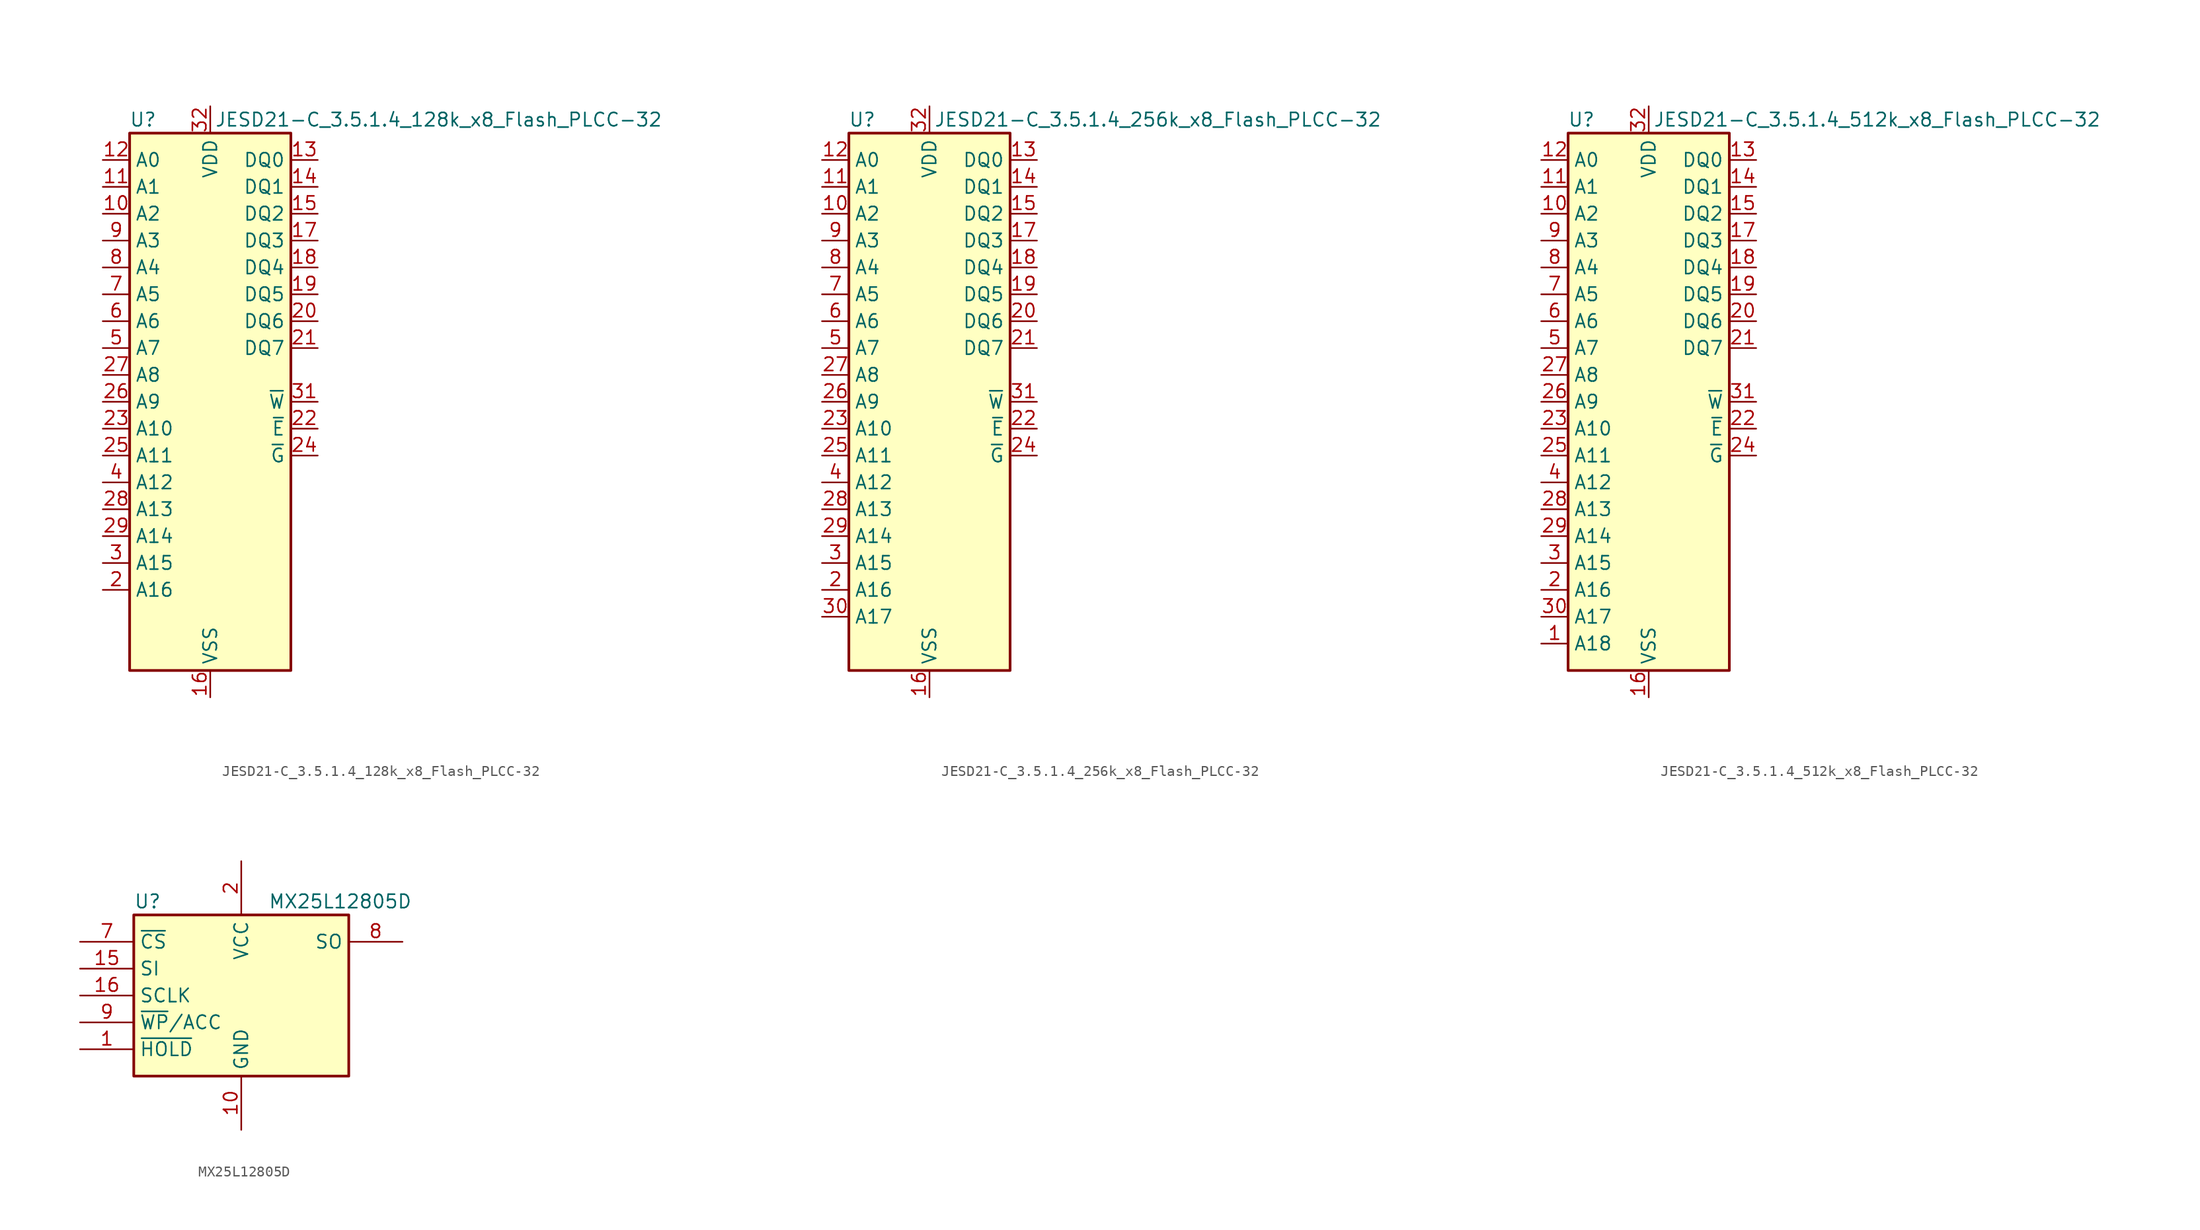
<source format=kicad_sym>
(kicad_symbol_lib
  (version 20241209)
  (generator "kicad_symbol_editor")
  (generator_version "9.0")
  (symbol "JESD21-C_3.5.1.4_128k_x8_Flash_PLCC-32"
    (property "Reference" "U"
      (at -6.35 26.67 0)
      (effects (font (size 1.27 1.27))))
    (property "Value" "JESD21-C_3.5.1.4_128k_x8_Flash_PLCC-32"
      (at 21.59 26.67 0)
      (effects (font (size 1.27 1.27))))
    (symbol "JESD21-C_3.5.1.4_128k_x8_Flash_PLCC-32_0_1"
      (rectangle (start -7.62 25.4) (end 7.62 -25.4) (stroke (width 0.254) (type default)) (fill (type background))))
    (symbol "JESD21-C_3.5.1.4_128k_x8_Flash_PLCC-32_1_1"
      (pin input line (at -10.16 22.86 0) (length 2.54) (name "A0" (effects (font (size 1.27 1.27)))) (number "12" (effects (font (size 1.27 1.27)))))
      (pin input line (at -10.16 20.32 0) (length 2.54) (name "A1" (effects (font (size 1.27 1.27)))) (number "11" (effects (font (size 1.27 1.27)))))
      (pin input line (at -10.16 17.78 0) (length 2.54) (name "A2" (effects (font (size 1.27 1.27)))) (number "10" (effects (font (size 1.27 1.27)))))
      (pin input line (at -10.16 15.24 0) (length 2.54) (name "A3" (effects (font (size 1.27 1.27)))) (number "9" (effects (font (size 1.27 1.27)))))
      (pin input line (at -10.16 12.7 0) (length 2.54) (name "A4" (effects (font (size 1.27 1.27)))) (number "8" (effects (font (size 1.27 1.27)))))
      (pin input line (at -10.16 10.16 0) (length 2.54) (name "A5" (effects (font (size 1.27 1.27)))) (number "7" (effects (font (size 1.27 1.27)))))
      (pin input line (at -10.16 7.62 0) (length 2.54) (name "A6" (effects (font (size 1.27 1.27)))) (number "6" (effects (font (size 1.27 1.27)))))
      (pin input line (at -10.16 5.08 0) (length 2.54) (name "A7" (effects (font (size 1.27 1.27)))) (number "5" (effects (font (size 1.27 1.27)))))
      (pin input line (at -10.16 2.54 0) (length 2.54) (name "A8" (effects (font (size 1.27 1.27)))) (number "27" (effects (font (size 1.27 1.27)))))
      (pin input line (at -10.16 0 0) (length 2.54) (name "A9" (effects (font (size 1.27 1.27)))) (number "26" (effects (font (size 1.27 1.27)))))
      (pin input line (at -10.16 -2.54 0) (length 2.54) (name "A10" (effects (font (size 1.27 1.27)))) (number "23" (effects (font (size 1.27 1.27)))))
      (pin input line (at -10.16 -5.08 0) (length 2.54) (name "A11" (effects (font (size 1.27 1.27)))) (number "25" (effects (font (size 1.27 1.27)))))
      (pin input line (at -10.16 -7.62 0) (length 2.54) (name "A12" (effects (font (size 1.27 1.27)))) (number "4" (effects (font (size 1.27 1.27)))))
      (pin input line (at -10.16 -10.16 0) (length 2.54) (name "A13" (effects (font (size 1.27 1.27)))) (number "28" (effects (font (size 1.27 1.27)))))
      (pin input line (at -10.16 -12.7 0) (length 2.54) (name "A14" (effects (font (size 1.27 1.27)))) (number "29" (effects (font (size 1.27 1.27)))))
      (pin input line (at -10.16 -15.24 0) (length 2.54) (name "A15" (effects (font (size 1.27 1.27)))) (number "3" (effects (font (size 1.27 1.27)))))
      (pin input line (at -10.16 -17.78 0) (length 2.54) (name "A16" (effects (font (size 1.27 1.27)))) (number "2" (effects (font (size 1.27 1.27)))))
      (pin no_connect line (at -7.62 -20.32 0) (length 2.54) (hide yes) (name "NC" (effects (font (size 1.27 1.27)))) (number "30" (effects (font (size 1.27 1.27)))))
      (pin no_connect line (at -7.62 -22.86 0) (length 2.54) (hide yes) (name "NC" (effects (font (size 1.27 1.27)))) (number "1" (effects (font (size 1.27 1.27)))))
      (pin power_in line (at 0 27.94 270) (length 2.54) (name "VDD" (effects (font (size 1.27 1.27)))) (number "32" (effects (font (size 1.27 1.27)))))
      (pin power_in line (at 0 -27.94 90) (length 2.54) (name "VSS" (effects (font (size 1.27 1.27)))) (number "16" (effects (font (size 1.27 1.27)))))
      (pin bidirectional line (at 10.16 22.86 180) (length 2.54) (name "DQ0" (effects (font (size 1.27 1.27)))) (number "13" (effects (font (size 1.27 1.27)))))
      (pin bidirectional line (at 10.16 20.32 180) (length 2.54) (name "DQ1" (effects (font (size 1.27 1.27)))) (number "14" (effects (font (size 1.27 1.27)))))
      (pin bidirectional line (at 10.16 17.78 180) (length 2.54) (name "DQ2" (effects (font (size 1.27 1.27)))) (number "15" (effects (font (size 1.27 1.27)))))
      (pin bidirectional line (at 10.16 15.24 180) (length 2.54) (name "DQ3" (effects (font (size 1.27 1.27)))) (number "17" (effects (font (size 1.27 1.27)))))
      (pin bidirectional line (at 10.16 12.7 180) (length 2.54) (name "DQ4" (effects (font (size 1.27 1.27)))) (number "18" (effects (font (size 1.27 1.27)))))
      (pin bidirectional line (at 10.16 10.16 180) (length 2.54) (name "DQ5" (effects (font (size 1.27 1.27)))) (number "19" (effects (font (size 1.27 1.27)))))
      (pin bidirectional line (at 10.16 7.62 180) (length 2.54) (name "DQ6" (effects (font (size 1.27 1.27)))) (number "20" (effects (font (size 1.27 1.27)))))
      (pin bidirectional line (at 10.16 5.08 180) (length 2.54) (name "DQ7" (effects (font (size 1.27 1.27)))) (number "21" (effects (font (size 1.27 1.27)))))
      (pin input line (at 10.16 0 180) (length 2.54) (name "~{W}" (effects (font (size 1.27 1.27)))) (number "31" (effects (font (size 1.27 1.27)))))
      (pin input line (at 10.16 -2.54 180) (length 2.54) (name "~{E}" (effects (font (size 1.27 1.27)))) (number "22" (effects (font (size 1.27 1.27)))))
      (pin input line (at 10.16 -5.08 180) (length 2.54) (name "~{G}" (effects (font (size 1.27 1.27)))) (number "24" (effects (font (size 1.27 1.27)))))))
  (symbol "JESD21-C_3.5.1.4_256k_x8_Flash_PLCC-32"
    (property "Reference" "U"
      (at -6.35 26.67 0)
      (effects (font (size 1.27 1.27))))
    (property "Value" "JESD21-C_3.5.1.4_256k_x8_Flash_PLCC-32"
      (at 21.59 26.67 0)
      (effects (font (size 1.27 1.27))))
    (symbol "JESD21-C_3.5.1.4_256k_x8_Flash_PLCC-32_0_1"
      (rectangle (start -7.62 25.4) (end 7.62 -25.4) (stroke (width 0.254) (type default)) (fill (type background))))
    (symbol "JESD21-C_3.5.1.4_256k_x8_Flash_PLCC-32_1_1"
      (pin input line (at -10.16 22.86 0) (length 2.54) (name "A0" (effects (font (size 1.27 1.27)))) (number "12" (effects (font (size 1.27 1.27)))))
      (pin input line (at -10.16 20.32 0) (length 2.54) (name "A1" (effects (font (size 1.27 1.27)))) (number "11" (effects (font (size 1.27 1.27)))))
      (pin input line (at -10.16 17.78 0) (length 2.54) (name "A2" (effects (font (size 1.27 1.27)))) (number "10" (effects (font (size 1.27 1.27)))))
      (pin input line (at -10.16 15.24 0) (length 2.54) (name "A3" (effects (font (size 1.27 1.27)))) (number "9" (effects (font (size 1.27 1.27)))))
      (pin input line (at -10.16 12.7 0) (length 2.54) (name "A4" (effects (font (size 1.27 1.27)))) (number "8" (effects (font (size 1.27 1.27)))))
      (pin input line (at -10.16 10.16 0) (length 2.54) (name "A5" (effects (font (size 1.27 1.27)))) (number "7" (effects (font (size 1.27 1.27)))))
      (pin input line (at -10.16 7.62 0) (length 2.54) (name "A6" (effects (font (size 1.27 1.27)))) (number "6" (effects (font (size 1.27 1.27)))))
      (pin input line (at -10.16 5.08 0) (length 2.54) (name "A7" (effects (font (size 1.27 1.27)))) (number "5" (effects (font (size 1.27 1.27)))))
      (pin input line (at -10.16 2.54 0) (length 2.54) (name "A8" (effects (font (size 1.27 1.27)))) (number "27" (effects (font (size 1.27 1.27)))))
      (pin input line (at -10.16 0 0) (length 2.54) (name "A9" (effects (font (size 1.27 1.27)))) (number "26" (effects (font (size 1.27 1.27)))))
      (pin input line (at -10.16 -2.54 0) (length 2.54) (name "A10" (effects (font (size 1.27 1.27)))) (number "23" (effects (font (size 1.27 1.27)))))
      (pin input line (at -10.16 -5.08 0) (length 2.54) (name "A11" (effects (font (size 1.27 1.27)))) (number "25" (effects (font (size 1.27 1.27)))))
      (pin input line (at -10.16 -7.62 0) (length 2.54) (name "A12" (effects (font (size 1.27 1.27)))) (number "4" (effects (font (size 1.27 1.27)))))
      (pin input line (at -10.16 -10.16 0) (length 2.54) (name "A13" (effects (font (size 1.27 1.27)))) (number "28" (effects (font (size 1.27 1.27)))))
      (pin input line (at -10.16 -12.7 0) (length 2.54) (name "A14" (effects (font (size 1.27 1.27)))) (number "29" (effects (font (size 1.27 1.27)))))
      (pin input line (at -10.16 -15.24 0) (length 2.54) (name "A15" (effects (font (size 1.27 1.27)))) (number "3" (effects (font (size 1.27 1.27)))))
      (pin input line (at -10.16 -17.78 0) (length 2.54) (name "A16" (effects (font (size 1.27 1.27)))) (number "2" (effects (font (size 1.27 1.27)))))
      (pin input line (at -10.16 -20.32 0) (length 2.54) (name "A17" (effects (font (size 1.27 1.27)))) (number "30" (effects (font (size 1.27 1.27)))))
      (pin no_connect line (at -7.62 -22.86 0) (length 2.54) (hide yes) (name "NC" (effects (font (size 1.27 1.27)))) (number "1" (effects (font (size 1.27 1.27)))))
      (pin power_in line (at 0 27.94 270) (length 2.54) (name "VDD" (effects (font (size 1.27 1.27)))) (number "32" (effects (font (size 1.27 1.27)))))
      (pin power_in line (at 0 -27.94 90) (length 2.54) (name "VSS" (effects (font (size 1.27 1.27)))) (number "16" (effects (font (size 1.27 1.27)))))
      (pin bidirectional line (at 10.16 22.86 180) (length 2.54) (name "DQ0" (effects (font (size 1.27 1.27)))) (number "13" (effects (font (size 1.27 1.27)))))
      (pin bidirectional line (at 10.16 20.32 180) (length 2.54) (name "DQ1" (effects (font (size 1.27 1.27)))) (number "14" (effects (font (size 1.27 1.27)))))
      (pin bidirectional line (at 10.16 17.78 180) (length 2.54) (name "DQ2" (effects (font (size 1.27 1.27)))) (number "15" (effects (font (size 1.27 1.27)))))
      (pin bidirectional line (at 10.16 15.24 180) (length 2.54) (name "DQ3" (effects (font (size 1.27 1.27)))) (number "17" (effects (font (size 1.27 1.27)))))
      (pin bidirectional line (at 10.16 12.7 180) (length 2.54) (name "DQ4" (effects (font (size 1.27 1.27)))) (number "18" (effects (font (size 1.27 1.27)))))
      (pin bidirectional line (at 10.16 10.16 180) (length 2.54) (name "DQ5" (effects (font (size 1.27 1.27)))) (number "19" (effects (font (size 1.27 1.27)))))
      (pin bidirectional line (at 10.16 7.62 180) (length 2.54) (name "DQ6" (effects (font (size 1.27 1.27)))) (number "20" (effects (font (size 1.27 1.27)))))
      (pin bidirectional line (at 10.16 5.08 180) (length 2.54) (name "DQ7" (effects (font (size 1.27 1.27)))) (number "21" (effects (font (size 1.27 1.27)))))
      (pin input line (at 10.16 0 180) (length 2.54) (name "~{W}" (effects (font (size 1.27 1.27)))) (number "31" (effects (font (size 1.27 1.27)))))
      (pin input line (at 10.16 -2.54 180) (length 2.54) (name "~{E}" (effects (font (size 1.27 1.27)))) (number "22" (effects (font (size 1.27 1.27)))))
      (pin input line (at 10.16 -5.08 180) (length 2.54) (name "~{G}" (effects (font (size 1.27 1.27)))) (number "24" (effects (font (size 1.27 1.27)))))))
  (symbol "JESD21-C_3.5.1.4_512k_x8_Flash_PLCC-32"
    (property "Reference" "U"
      (at -6.35 26.67 0)
      (effects (font (size 1.27 1.27))))
    (property "Value" "JESD21-C_3.5.1.4_512k_x8_Flash_PLCC-32"
      (at 21.59 26.67 0)
      (effects (font (size 1.27 1.27))))
    (symbol "JESD21-C_3.5.1.4_512k_x8_Flash_PLCC-32_0_1"
      (rectangle (start -7.62 25.4) (end 7.62 -25.4) (stroke (width 0.254) (type default)) (fill (type background))))
    (symbol "JESD21-C_3.5.1.4_512k_x8_Flash_PLCC-32_1_1"
      (pin input line (at -10.16 22.86 0) (length 2.54) (name "A0" (effects (font (size 1.27 1.27)))) (number "12" (effects (font (size 1.27 1.27)))))
      (pin input line (at -10.16 20.32 0) (length 2.54) (name "A1" (effects (font (size 1.27 1.27)))) (number "11" (effects (font (size 1.27 1.27)))))
      (pin input line (at -10.16 17.78 0) (length 2.54) (name "A2" (effects (font (size 1.27 1.27)))) (number "10" (effects (font (size 1.27 1.27)))))
      (pin input line (at -10.16 15.24 0) (length 2.54) (name "A3" (effects (font (size 1.27 1.27)))) (number "9" (effects (font (size 1.27 1.27)))))
      (pin input line (at -10.16 12.7 0) (length 2.54) (name "A4" (effects (font (size 1.27 1.27)))) (number "8" (effects (font (size 1.27 1.27)))))
      (pin input line (at -10.16 10.16 0) (length 2.54) (name "A5" (effects (font (size 1.27 1.27)))) (number "7" (effects (font (size 1.27 1.27)))))
      (pin input line (at -10.16 7.62 0) (length 2.54) (name "A6" (effects (font (size 1.27 1.27)))) (number "6" (effects (font (size 1.27 1.27)))))
      (pin input line (at -10.16 5.08 0) (length 2.54) (name "A7" (effects (font (size 1.27 1.27)))) (number "5" (effects (font (size 1.27 1.27)))))
      (pin input line (at -10.16 2.54 0) (length 2.54) (name "A8" (effects (font (size 1.27 1.27)))) (number "27" (effects (font (size 1.27 1.27)))))
      (pin input line (at -10.16 0 0) (length 2.54) (name "A9" (effects (font (size 1.27 1.27)))) (number "26" (effects (font (size 1.27 1.27)))))
      (pin input line (at -10.16 -2.54 0) (length 2.54) (name "A10" (effects (font (size 1.27 1.27)))) (number "23" (effects (font (size 1.27 1.27)))))
      (pin input line (at -10.16 -5.08 0) (length 2.54) (name "A11" (effects (font (size 1.27 1.27)))) (number "25" (effects (font (size 1.27 1.27)))))
      (pin input line (at -10.16 -7.62 0) (length 2.54) (name "A12" (effects (font (size 1.27 1.27)))) (number "4" (effects (font (size 1.27 1.27)))))
      (pin input line (at -10.16 -10.16 0) (length 2.54) (name "A13" (effects (font (size 1.27 1.27)))) (number "28" (effects (font (size 1.27 1.27)))))
      (pin input line (at -10.16 -12.7 0) (length 2.54) (name "A14" (effects (font (size 1.27 1.27)))) (number "29" (effects (font (size 1.27 1.27)))))
      (pin input line (at -10.16 -15.24 0) (length 2.54) (name "A15" (effects (font (size 1.27 1.27)))) (number "3" (effects (font (size 1.27 1.27)))))
      (pin input line (at -10.16 -17.78 0) (length 2.54) (name "A16" (effects (font (size 1.27 1.27)))) (number "2" (effects (font (size 1.27 1.27)))))
      (pin input line (at -10.16 -20.32 0) (length 2.54) (name "A17" (effects (font (size 1.27 1.27)))) (number "30" (effects (font (size 1.27 1.27)))))
      (pin input line (at -10.16 -22.86 0) (length 2.54) (name "A18" (effects (font (size 1.27 1.27)))) (number "1" (effects (font (size 1.27 1.27)))))
      (pin power_in line (at 0 27.94 270) (length 2.54) (name "VDD" (effects (font (size 1.27 1.27)))) (number "32" (effects (font (size 1.27 1.27)))))
      (pin power_in line (at 0 -27.94 90) (length 2.54) (name "VSS" (effects (font (size 1.27 1.27)))) (number "16" (effects (font (size 1.27 1.27)))))
      (pin bidirectional line (at 10.16 22.86 180) (length 2.54) (name "DQ0" (effects (font (size 1.27 1.27)))) (number "13" (effects (font (size 1.27 1.27)))))
      (pin bidirectional line (at 10.16 20.32 180) (length 2.54) (name "DQ1" (effects (font (size 1.27 1.27)))) (number "14" (effects (font (size 1.27 1.27)))))
      (pin bidirectional line (at 10.16 17.78 180) (length 2.54) (name "DQ2" (effects (font (size 1.27 1.27)))) (number "15" (effects (font (size 1.27 1.27)))))
      (pin bidirectional line (at 10.16 15.24 180) (length 2.54) (name "DQ3" (effects (font (size 1.27 1.27)))) (number "17" (effects (font (size 1.27 1.27)))))
      (pin bidirectional line (at 10.16 12.7 180) (length 2.54) (name "DQ4" (effects (font (size 1.27 1.27)))) (number "18" (effects (font (size 1.27 1.27)))))
      (pin bidirectional line (at 10.16 10.16 180) (length 2.54) (name "DQ5" (effects (font (size 1.27 1.27)))) (number "19" (effects (font (size 1.27 1.27)))))
      (pin bidirectional line (at 10.16 7.62 180) (length 2.54) (name "DQ6" (effects (font (size 1.27 1.27)))) (number "20" (effects (font (size 1.27 1.27)))))
      (pin bidirectional line (at 10.16 5.08 180) (length 2.54) (name "DQ7" (effects (font (size 1.27 1.27)))) (number "21" (effects (font (size 1.27 1.27)))))
      (pin input line (at 10.16 0 180) (length 2.54) (name "~{W}" (effects (font (size 1.27 1.27)))) (number "31" (effects (font (size 1.27 1.27)))))
      (pin input line (at 10.16 -2.54 180) (length 2.54) (name "~{E}" (effects (font (size 1.27 1.27)))) (number "22" (effects (font (size 1.27 1.27)))))
      (pin input line (at 10.16 -5.08 180) (length 2.54) (name "~{G}" (effects (font (size 1.27 1.27)))) (number "24" (effects (font (size 1.27 1.27)))))))
  (symbol "MX25L12805D"
    (property "Reference" "U"
      (at -10.16 8.89 0)
      (effects (font (size 1.27 1.27)) (justify left)))
    (property "Value" "MX25L12805D"
      (at 2.54 8.89 0)
      (effects (font (size 1.27 1.27)) (justify left)))
    (symbol "MX25L12805D_0_1"
      (rectangle (start -10.16 7.62) (end 10.16 -7.62) (stroke (width 0.254) (type default)) (fill (type background))))
    (symbol "MX25L12805D_1_1"
      (pin input line (at -15.24 5.08 0) (length 5.08) (name "~{CS}" (effects (font (size 1.27 1.27)))) (number "7" (effects (font (size 1.27 1.27)))))
      (pin input line (at -15.24 2.54 0) (length 5.08) (name "SI" (effects (font (size 1.27 1.27)))) (number "15" (effects (font (size 1.27 1.27)))))
      (pin input line (at -15.24 0 0) (length 5.08) (name "SCLK" (effects (font (size 1.27 1.27)))) (number "16" (effects (font (size 1.27 1.27)))))
      (pin input line (at -15.24 -2.54 0) (length 5.08) (name "~{WP}/ACC" (effects (font (size 1.27 1.27)))) (number "9" (effects (font (size 1.27 1.27)))))
      (pin input line (at -15.24 -5.08 0) (length 5.08) (name "~{HOLD}" (effects (font (size 1.27 1.27)))) (number "1" (effects (font (size 1.27 1.27)))))
      (pin power_in line (at 0 12.7 270) (length 5.08) (name "VCC" (effects (font (size 1.27 1.27)))) (number "2" (effects (font (size 1.27 1.27)))))
      (pin power_in line (at 0 -12.7 90) (length 5.08) (name "GND" (effects (font (size 1.27 1.27)))) (number "10" (effects (font (size 1.27 1.27)))))
      (pin tri_state line (at 15.24 5.08 180) (length 5.08) (name "SO" (effects (font (size 1.27 1.27)))) (number "8" (effects (font (size 1.27 1.27))))))))
</source>
